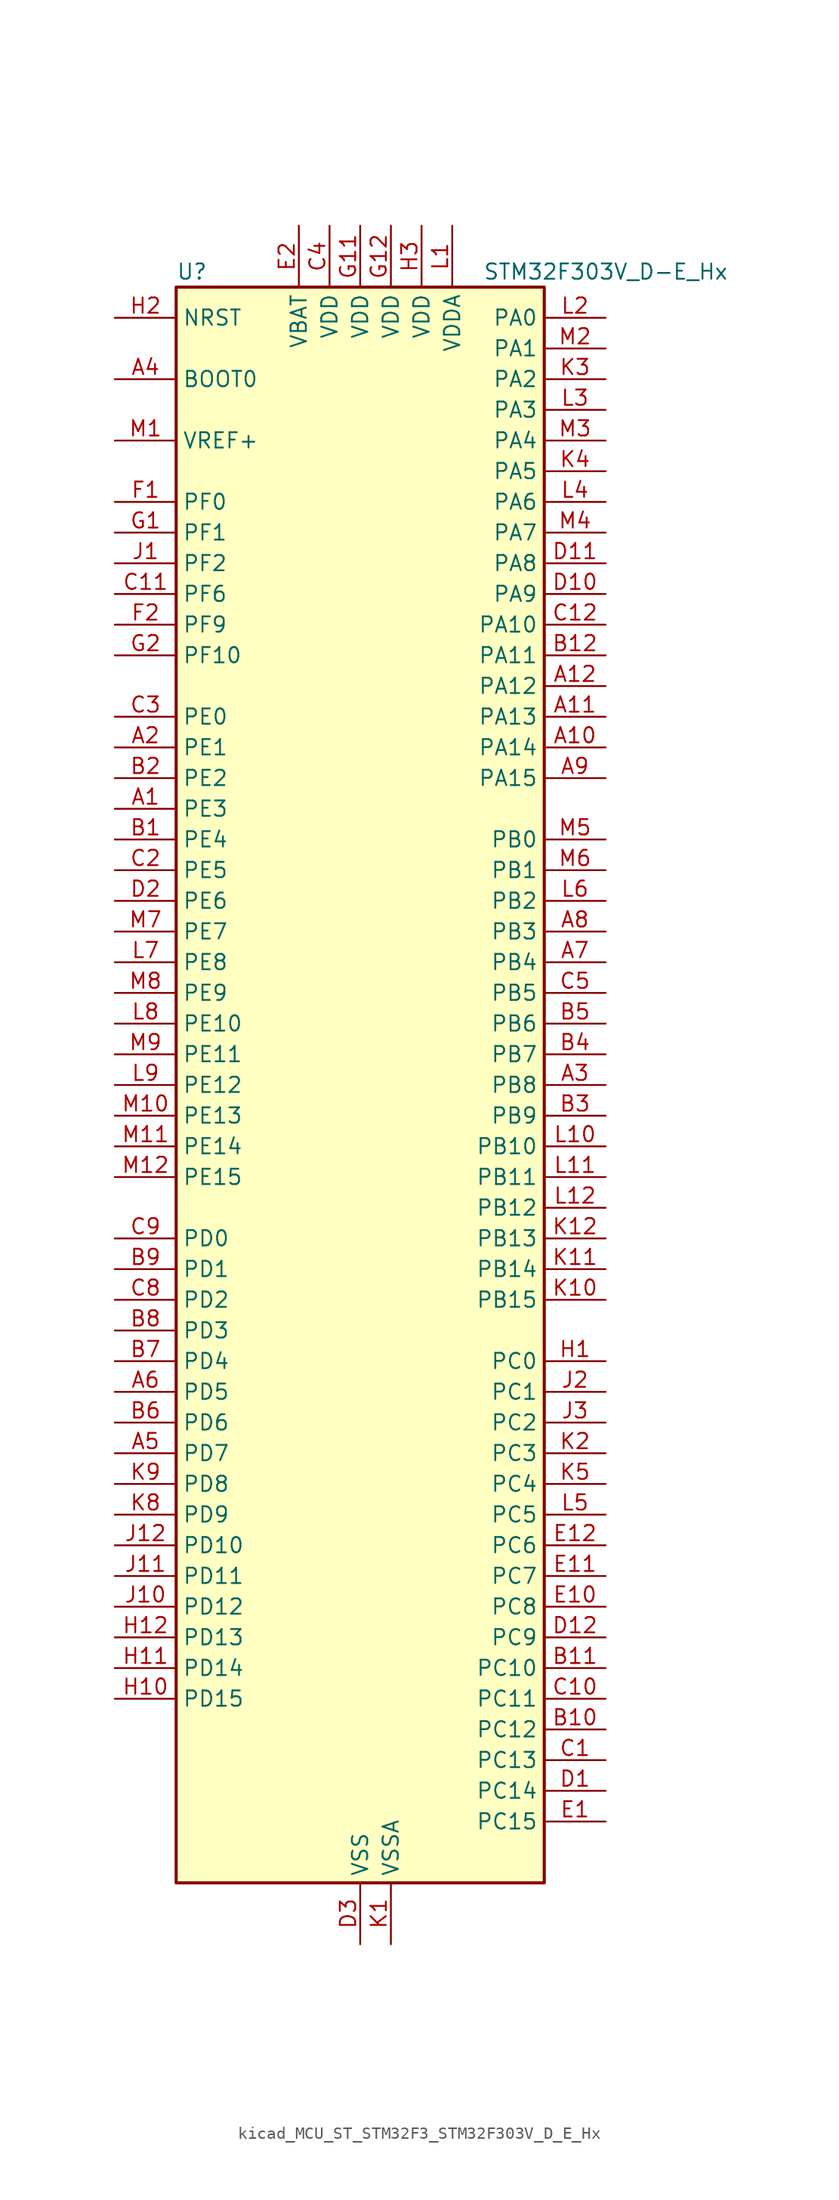
<source format=kicad_sym>
(kicad_symbol_lib
  (version 20220914)
  (generator kicad_symbol_editor)
  (symbol "kicad_MCU_ST_STM32F3_STM32F303V_D_E_Hx"
    (property "Reference" "U"
      (at -15.24 67.31 0)
      (effects (font (size 1.27 1.27)) (justify left)))
    (property "Value" "STM32F303V_D-E_Hx"
      (at 10.16 67.31 0)
      (effects (font (size 1.27 1.27)) (justify left)))
    (property "ki_locked" ""
      (at 0 0 0)
      (effects (font (size 1.27 1.27))))
    (symbol "kicad_MCU_ST_STM32F3_STM32F303V_D_E_Hx_0_1"
      (rectangle (start -15.24 -66.04) (end 15.24 66.04) (stroke (width 0.254) (type default)) (fill (type background))))
    (symbol "kicad_MCU_ST_STM32F3_STM32F303V_D_E_Hx_1_1"
      (pin bidirectional line (at -20.32 22.86 0) (length 5.08) (name "PE3" (effects (font (size 1.27 1.27)))) (number "A1" (effects (font (size 1.27 1.27)))) (alternate "FMC_A19" bidirectional line) (alternate "SPI4_NSS" bidirectional line) (alternate "SYS_TRACED0" bidirectional line) (alternate "TIM20_CH2" bidirectional line) (alternate "TIM3_CH2" bidirectional line) (alternate "TSC_G7_IO2" bidirectional line))
      (pin bidirectional line (at 20.32 27.94 180) (length 5.08) (name "PA14" (effects (font (size 1.27 1.27)))) (number "A10" (effects (font (size 1.27 1.27)))) (alternate "I2C1_SDA" bidirectional line) (alternate "SYS_JTCK-SWCLK" bidirectional line) (alternate "TIM1_BKIN" bidirectional line) (alternate "TIM8_CH2" bidirectional line) (alternate "TSC_G4_IO4" bidirectional line) (alternate "USART2_TX" bidirectional line))
      (pin bidirectional line (at 20.32 30.48 180) (length 5.08) (name "PA13" (effects (font (size 1.27 1.27)))) (number "A11" (effects (font (size 1.27 1.27)))) (alternate "IR_OUT" bidirectional line) (alternate "SYS_JTMS-SWDIO" bidirectional line) (alternate "TIM16_CH1N" bidirectional line) (alternate "TIM4_CH3" bidirectional line) (alternate "TSC_G4_IO3" bidirectional line) (alternate "USART3_CTS" bidirectional line))
      (pin bidirectional line (at 20.32 33.02 180) (length 5.08) (name "PA12" (effects (font (size 1.27 1.27)))) (number "A12" (effects (font (size 1.27 1.27)))) (alternate "CAN_TX" bidirectional line) (alternate "COMP2_OUT" bidirectional line) (alternate "I2S_CKIN" bidirectional line) (alternate "TIM16_CH1" bidirectional line) (alternate "TIM1_CH2N" bidirectional line) (alternate "TIM1_ETR" bidirectional line) (alternate "TIM4_CH2" bidirectional line) (alternate "USART1_DE" bidirectional line) (alternate "USART1_RTS" bidirectional line) (alternate "USB_DP" bidirectional line))
      (pin bidirectional line (at -20.32 27.94 0) (length 5.08) (name "PE1" (effects (font (size 1.27 1.27)))) (number "A2" (effects (font (size 1.27 1.27)))) (alternate "FMC_NBL1" bidirectional line) (alternate "TIM17_CH1" bidirectional line) (alternate "TIM20_CH4" bidirectional line) (alternate "USART1_RX" bidirectional line))
      (pin bidirectional line (at 20.32 0 180) (length 5.08) (name "PB8" (effects (font (size 1.27 1.27)))) (number "A3" (effects (font (size 1.27 1.27)))) (alternate "CAN_RX" bidirectional line) (alternate "COMP1_OUT" bidirectional line) (alternate "I2C1_SCL" bidirectional line) (alternate "TIM16_CH1" bidirectional line) (alternate "TIM1_BKIN" bidirectional line) (alternate "TIM4_CH3" bidirectional line) (alternate "TIM8_CH2" bidirectional line) (alternate "TSC_SYNC" bidirectional line) (alternate "USART3_RX" bidirectional line))
      (pin input line (at -20.32 58.42 0) (length 5.08) (name "BOOT0" (effects (font (size 1.27 1.27)))) (number "A4" (effects (font (size 1.27 1.27)))))
      (pin bidirectional line (at -20.32 -30.48 0) (length 5.08) (name "PD7" (effects (font (size 1.27 1.27)))) (number "A5" (effects (font (size 1.27 1.27)))) (alternate "FMC_NCE2" bidirectional line) (alternate "FMC_NE1" bidirectional line) (alternate "TIM2_CH3" bidirectional line) (alternate "USART2_CK" bidirectional line))
      (pin bidirectional line (at -20.32 -25.4 0) (length 5.08) (name "PD5" (effects (font (size 1.27 1.27)))) (number "A6" (effects (font (size 1.27 1.27)))) (alternate "FMC_NWE" bidirectional line) (alternate "USART2_TX" bidirectional line))
      (pin bidirectional line (at 20.32 10.16 180) (length 5.08) (name "PB4" (effects (font (size 1.27 1.27)))) (number "A7" (effects (font (size 1.27 1.27)))) (alternate "I2S3_ext_SD" bidirectional line) (alternate "SPI1_MISO" bidirectional line) (alternate "SPI3_MISO" bidirectional line) (alternate "SYS_NJTRST" bidirectional line) (alternate "TIM16_CH1" bidirectional line) (alternate "TIM17_BKIN" bidirectional line) (alternate "TIM3_CH1" bidirectional line) (alternate "TIM8_CH2N" bidirectional line) (alternate "TSC_G5_IO2" bidirectional line) (alternate "USART2_RX" bidirectional line))
      (pin bidirectional line (at 20.32 12.7 180) (length 5.08) (name "PB3" (effects (font (size 1.27 1.27)))) (number "A8" (effects (font (size 1.27 1.27)))) (alternate "I2S3_CK" bidirectional line) (alternate "SPI1_SCK" bidirectional line) (alternate "SPI3_SCK" bidirectional line) (alternate "SYS_JTDO-TRACESWO" bidirectional line) (alternate "TIM2_CH2" bidirectional line) (alternate "TIM3_ETR" bidirectional line) (alternate "TIM4_ETR" bidirectional line) (alternate "TIM8_CH1N" bidirectional line) (alternate "TSC_G5_IO1" bidirectional line) (alternate "USART2_TX" bidirectional line))
      (pin bidirectional line (at 20.32 25.4 180) (length 5.08) (name "PA15" (effects (font (size 1.27 1.27)))) (number "A9" (effects (font (size 1.27 1.27)))) (alternate "ADC1_EXTI15" bidirectional line) (alternate "ADC2_EXTI15" bidirectional line) (alternate "ADC3_EXTI15" bidirectional line) (alternate "ADC4_EXTI15" bidirectional line) (alternate "I2C1_SCL" bidirectional line) (alternate "I2S3_WS" bidirectional line) (alternate "SPI1_NSS" bidirectional line) (alternate "SPI3_NSS" bidirectional line) (alternate "SYS_JTDI" bidirectional line) (alternate "TIM1_BKIN" bidirectional line) (alternate "TIM2_CH1" bidirectional line) (alternate "TIM2_ETR" bidirectional line) (alternate "TIM8_CH1" bidirectional line) (alternate "TSC_SYNC" bidirectional line) (alternate "USART2_RX" bidirectional line))
      (pin bidirectional line (at -20.32 20.32 0) (length 5.08) (name "PE4" (effects (font (size 1.27 1.27)))) (number "B1" (effects (font (size 1.27 1.27)))) (alternate "FMC_A20" bidirectional line) (alternate "SPI4_NSS" bidirectional line) (alternate "SYS_TRACED1" bidirectional line) (alternate "TIM20_CH1N" bidirectional line) (alternate "TIM3_CH3" bidirectional line) (alternate "TSC_G7_IO3" bidirectional line))
      (pin bidirectional line (at 20.32 -53.34 180) (length 5.08) (name "PC12" (effects (font (size 1.27 1.27)))) (number "B10" (effects (font (size 1.27 1.27)))) (alternate "I2S3_SD" bidirectional line) (alternate "SPI3_MOSI" bidirectional line) (alternate "TIM8_CH3N" bidirectional line) (alternate "UART5_TX" bidirectional line) (alternate "USART3_CK" bidirectional line))
      (pin bidirectional line (at 20.32 -48.26 180) (length 5.08) (name "PC10" (effects (font (size 1.27 1.27)))) (number "B11" (effects (font (size 1.27 1.27)))) (alternate "I2S3_CK" bidirectional line) (alternate "SPI3_SCK" bidirectional line) (alternate "TIM8_CH1N" bidirectional line) (alternate "UART4_TX" bidirectional line) (alternate "USART3_TX" bidirectional line))
      (pin bidirectional line (at 20.32 35.56 180) (length 5.08) (name "PA11" (effects (font (size 1.27 1.27)))) (number "B12" (effects (font (size 1.27 1.27)))) (alternate "ADC1_EXTI11" bidirectional line) (alternate "ADC2_EXTI11" bidirectional line) (alternate "CAN_RX" bidirectional line) (alternate "COMP1_OUT" bidirectional line) (alternate "I2S2_SD" bidirectional line) (alternate "SPI2_MOSI" bidirectional line) (alternate "TIM1_BKIN2" bidirectional line) (alternate "TIM1_CH1N" bidirectional line) (alternate "TIM1_CH4" bidirectional line) (alternate "TIM4_CH1" bidirectional line) (alternate "USART1_CTS" bidirectional line) (alternate "USB_DM" bidirectional line))
      (pin bidirectional line (at -20.32 25.4 0) (length 5.08) (name "PE2" (effects (font (size 1.27 1.27)))) (number "B2" (effects (font (size 1.27 1.27)))) (alternate "ADC3_EXTI2" bidirectional line) (alternate "ADC4_EXTI2" bidirectional line) (alternate "FMC_A23" bidirectional line) (alternate "SPI4_SCK" bidirectional line) (alternate "SYS_TRACECK" bidirectional line) (alternate "TIM20_CH1" bidirectional line) (alternate "TIM3_CH1" bidirectional line) (alternate "TSC_G7_IO1" bidirectional line))
      (pin bidirectional line (at 20.32 -2.54 180) (length 5.08) (name "PB9" (effects (font (size 1.27 1.27)))) (number "B3" (effects (font (size 1.27 1.27)))) (alternate "CAN_TX" bidirectional line) (alternate "COMP2_OUT" bidirectional line) (alternate "DAC1_EXTI9" bidirectional line) (alternate "I2C1_SDA" bidirectional line) (alternate "IR_OUT" bidirectional line) (alternate "TIM17_CH1" bidirectional line) (alternate "TIM4_CH4" bidirectional line) (alternate "TIM8_CH3" bidirectional line) (alternate "USART3_TX" bidirectional line))
      (pin bidirectional line (at 20.32 2.54 180) (length 5.08) (name "PB7" (effects (font (size 1.27 1.27)))) (number "B4" (effects (font (size 1.27 1.27)))) (alternate "FMC_NL" bidirectional line) (alternate "I2C1_SDA" bidirectional line) (alternate "TIM17_CH1N" bidirectional line) (alternate "TIM3_CH4" bidirectional line) (alternate "TIM4_CH2" bidirectional line) (alternate "TIM8_BKIN" bidirectional line) (alternate "TSC_G5_IO4" bidirectional line) (alternate "USART1_RX" bidirectional line))
      (pin bidirectional line (at 20.32 5.08 180) (length 5.08) (name "PB6" (effects (font (size 1.27 1.27)))) (number "B5" (effects (font (size 1.27 1.27)))) (alternate "I2C1_SCL" bidirectional line) (alternate "TIM16_CH1N" bidirectional line) (alternate "TIM4_CH1" bidirectional line) (alternate "TIM8_BKIN2" bidirectional line) (alternate "TIM8_CH1" bidirectional line) (alternate "TIM8_ETR" bidirectional line) (alternate "TSC_G5_IO3" bidirectional line) (alternate "USART1_TX" bidirectional line))
      (pin bidirectional line (at -20.32 -27.94 0) (length 5.08) (name "PD6" (effects (font (size 1.27 1.27)))) (number "B6" (effects (font (size 1.27 1.27)))) (alternate "FMC_NWAIT" bidirectional line) (alternate "TIM2_CH4" bidirectional line) (alternate "USART2_RX" bidirectional line))
      (pin bidirectional line (at -20.32 -22.86 0) (length 5.08) (name "PD4" (effects (font (size 1.27 1.27)))) (number "B7" (effects (font (size 1.27 1.27)))) (alternate "FMC_NOE" bidirectional line) (alternate "TIM2_CH2" bidirectional line) (alternate "USART2_DE" bidirectional line) (alternate "USART2_RTS" bidirectional line))
      (pin bidirectional line (at -20.32 -20.32 0) (length 5.08) (name "PD3" (effects (font (size 1.27 1.27)))) (number "B8" (effects (font (size 1.27 1.27)))) (alternate "FMC_CLK" bidirectional line) (alternate "TIM2_CH1" bidirectional line) (alternate "TIM2_ETR" bidirectional line) (alternate "USART2_CTS" bidirectional line))
      (pin bidirectional line (at -20.32 -15.24 0) (length 5.08) (name "PD1" (effects (font (size 1.27 1.27)))) (number "B9" (effects (font (size 1.27 1.27)))) (alternate "CAN_TX" bidirectional line) (alternate "FMC_D3" bidirectional line) (alternate "FMC_DA3" bidirectional line) (alternate "TIM8_BKIN2" bidirectional line) (alternate "TIM8_CH4" bidirectional line))
      (pin bidirectional line (at 20.32 -55.88 180) (length 5.08) (name "PC13" (effects (font (size 1.27 1.27)))) (number "C1" (effects (font (size 1.27 1.27)))) (alternate "RTC_OUT_ALARM" bidirectional line) (alternate "RTC_OUT_CALIB" bidirectional line) (alternate "RTC_TAMP1" bidirectional line) (alternate "RTC_TS" bidirectional line) (alternate "SYS_WKUP2" bidirectional line) (alternate "TIM1_CH1N" bidirectional line))
      (pin bidirectional line (at 20.32 -50.8 180) (length 5.08) (name "PC11" (effects (font (size 1.27 1.27)))) (number "C10" (effects (font (size 1.27 1.27)))) (alternate "ADC1_EXTI11" bidirectional line) (alternate "ADC2_EXTI11" bidirectional line) (alternate "I2S3_ext_SD" bidirectional line) (alternate "SPI3_MISO" bidirectional line) (alternate "TIM8_CH2N" bidirectional line) (alternate "UART4_RX" bidirectional line) (alternate "USART3_RX" bidirectional line))
      (pin bidirectional line (at -20.32 40.64 0) (length 5.08) (name "PF6" (effects (font (size 1.27 1.27)))) (number "C11" (effects (font (size 1.27 1.27)))) (alternate "FMC_NIORD" bidirectional line) (alternate "I2C2_SCL" bidirectional line) (alternate "TIM4_CH4" bidirectional line) (alternate "USART3_DE" bidirectional line) (alternate "USART3_RTS" bidirectional line))
      (pin bidirectional line (at 20.32 38.1 180) (length 5.08) (name "PA10" (effects (font (size 1.27 1.27)))) (number "C12" (effects (font (size 1.27 1.27)))) (alternate "COMP6_OUT" bidirectional line) (alternate "I2C2_SDA" bidirectional line) (alternate "I2S2_ext_SD" bidirectional line) (alternate "SPI2_MISO" bidirectional line) (alternate "TIM17_BKIN" bidirectional line) (alternate "TIM1_CH3" bidirectional line) (alternate "TIM2_CH4" bidirectional line) (alternate "TIM8_BKIN" bidirectional line) (alternate "TSC_G4_IO2" bidirectional line) (alternate "USART1_RX" bidirectional line))
      (pin bidirectional line (at -20.32 17.78 0) (length 5.08) (name "PE5" (effects (font (size 1.27 1.27)))) (number "C2" (effects (font (size 1.27 1.27)))) (alternate "FMC_A21" bidirectional line) (alternate "SPI4_MISO" bidirectional line) (alternate "SYS_TRACED2" bidirectional line) (alternate "TIM20_CH2N" bidirectional line) (alternate "TIM3_CH4" bidirectional line) (alternate "TSC_G7_IO4" bidirectional line))
      (pin bidirectional line (at -20.32 30.48 0) (length 5.08) (name "PE0" (effects (font (size 1.27 1.27)))) (number "C3" (effects (font (size 1.27 1.27)))) (alternate "FMC_NBL0" bidirectional line) (alternate "TIM16_CH1" bidirectional line) (alternate "TIM20_ETR" bidirectional line) (alternate "TIM4_ETR" bidirectional line) (alternate "USART1_TX" bidirectional line))
      (pin power_in line (at -2.54 71.12 270) (length 5.08) (name "VDD" (effects (font (size 1.27 1.27)))) (number "C4" (effects (font (size 1.27 1.27)))))
      (pin bidirectional line (at 20.32 7.62 180) (length 5.08) (name "PB5" (effects (font (size 1.27 1.27)))) (number "C5" (effects (font (size 1.27 1.27)))) (alternate "I2C1_SMBA" bidirectional line) (alternate "I2C3_SDA" bidirectional line) (alternate "I2S3_SD" bidirectional line) (alternate "SPI1_MOSI" bidirectional line) (alternate "SPI3_MOSI" bidirectional line) (alternate "TIM16_BKIN" bidirectional line) (alternate "TIM17_CH1" bidirectional line) (alternate "TIM3_CH2" bidirectional line) (alternate "TIM8_CH3N" bidirectional line) (alternate "USART2_CK" bidirectional line))
      (pin bidirectional line (at -20.32 -17.78 0) (length 5.08) (name "PD2" (effects (font (size 1.27 1.27)))) (number "C8" (effects (font (size 1.27 1.27)))) (alternate "ADC3_EXTI2" bidirectional line) (alternate "ADC4_EXTI2" bidirectional line) (alternate "TIM3_ETR" bidirectional line) (alternate "TIM8_BKIN" bidirectional line) (alternate "UART5_RX" bidirectional line))
      (pin bidirectional line (at -20.32 -12.7 0) (length 5.08) (name "PD0" (effects (font (size 1.27 1.27)))) (number "C9" (effects (font (size 1.27 1.27)))) (alternate "CAN_RX" bidirectional line) (alternate "FMC_D2" bidirectional line) (alternate "FMC_DA2" bidirectional line))
      (pin bidirectional line (at 20.32 -58.42 180) (length 5.08) (name "PC14" (effects (font (size 1.27 1.27)))) (number "D1" (effects (font (size 1.27 1.27)))) (alternate "RCC_OSC32_IN" bidirectional line))
      (pin bidirectional line (at 20.32 40.64 180) (length 5.08) (name "PA9" (effects (font (size 1.27 1.27)))) (number "D10" (effects (font (size 1.27 1.27)))) (alternate "COMP5_OUT" bidirectional line) (alternate "DAC1_EXTI9" bidirectional line) (alternate "I2C2_SCL" bidirectional line) (alternate "I2C3_SMBA" bidirectional line) (alternate "I2S3_MCK" bidirectional line) (alternate "TIM15_BKIN" bidirectional line) (alternate "TIM1_CH2" bidirectional line) (alternate "TIM2_CH3" bidirectional line) (alternate "TSC_G4_IO1" bidirectional line) (alternate "USART1_TX" bidirectional line))
      (pin bidirectional line (at 20.32 43.18 180) (length 5.08) (name "PA8" (effects (font (size 1.27 1.27)))) (number "D11" (effects (font (size 1.27 1.27)))) (alternate "COMP3_OUT" bidirectional line) (alternate "I2C2_SMBA" bidirectional line) (alternate "I2C3_SCL" bidirectional line) (alternate "I2S2_MCK" bidirectional line) (alternate "RCC_MCO" bidirectional line) (alternate "TIM1_CH1" bidirectional line) (alternate "TIM4_ETR" bidirectional line) (alternate "USART1_CK" bidirectional line))
      (pin bidirectional line (at 20.32 -45.72 180) (length 5.08) (name "PC9" (effects (font (size 1.27 1.27)))) (number "D12" (effects (font (size 1.27 1.27)))) (alternate "DAC1_EXTI9" bidirectional line) (alternate "I2C3_SDA" bidirectional line) (alternate "I2S_CKIN" bidirectional line) (alternate "TIM3_CH4" bidirectional line) (alternate "TIM8_BKIN2" bidirectional line) (alternate "TIM8_CH4" bidirectional line))
      (pin bidirectional line (at -20.32 15.24 0) (length 5.08) (name "PE6" (effects (font (size 1.27 1.27)))) (number "D2" (effects (font (size 1.27 1.27)))) (alternate "FMC_A22" bidirectional line) (alternate "RTC_TAMP3" bidirectional line) (alternate "SPI4_MOSI" bidirectional line) (alternate "SYS_TRACED3" bidirectional line) (alternate "SYS_WKUP3" bidirectional line) (alternate "TIM20_CH3N" bidirectional line))
      (pin power_in line (at 0 -71.12 90) (length 5.08) (name "VSS" (effects (font (size 1.27 1.27)))) (number "D3" (effects (font (size 1.27 1.27)))))
      (pin bidirectional line (at 20.32 -60.96 180) (length 5.08) (name "PC15" (effects (font (size 1.27 1.27)))) (number "E1" (effects (font (size 1.27 1.27)))) (alternate "ADC1_EXTI15" bidirectional line) (alternate "ADC2_EXTI15" bidirectional line) (alternate "ADC3_EXTI15" bidirectional line) (alternate "ADC4_EXTI15" bidirectional line) (alternate "RCC_OSC32_OUT" bidirectional line))
      (pin bidirectional line (at 20.32 -43.18 180) (length 5.08) (name "PC8" (effects (font (size 1.27 1.27)))) (number "E10" (effects (font (size 1.27 1.27)))) (alternate "COMP3_OUT" bidirectional line) (alternate "TIM3_CH3" bidirectional line) (alternate "TIM8_CH3" bidirectional line))
      (pin bidirectional line (at 20.32 -40.64 180) (length 5.08) (name "PC7" (effects (font (size 1.27 1.27)))) (number "E11" (effects (font (size 1.27 1.27)))) (alternate "COMP5_OUT" bidirectional line) (alternate "I2S3_MCK" bidirectional line) (alternate "TIM3_CH2" bidirectional line) (alternate "TIM8_CH2" bidirectional line))
      (pin bidirectional line (at 20.32 -38.1 180) (length 5.08) (name "PC6" (effects (font (size 1.27 1.27)))) (number "E12" (effects (font (size 1.27 1.27)))) (alternate "COMP6_OUT" bidirectional line) (alternate "I2S2_MCK" bidirectional line) (alternate "TIM3_CH1" bidirectional line) (alternate "TIM8_CH1" bidirectional line))
      (pin power_in line (at -5.08 71.12 270) (length 5.08) (name "VBAT" (effects (font (size 1.27 1.27)))) (number "E2" (effects (font (size 1.27 1.27)))))
      (pin passive line (at 0 -71.12 90) (length 5.08) hide (name "VSS" (effects (font (size 1.27 1.27)))) (number "E3" (effects (font (size 1.27 1.27)))))
      (pin bidirectional line (at -20.32 48.26 0) (length 5.08) (name "PF0" (effects (font (size 1.27 1.27)))) (number "F1" (effects (font (size 1.27 1.27)))) (alternate "I2C2_SDA" bidirectional line) (alternate "I2S2_WS" bidirectional line) (alternate "RCC_OSC_IN" bidirectional line) (alternate "SPI2_NSS" bidirectional line) (alternate "TIM1_CH3N" bidirectional line))
      (pin passive line (at 0 -71.12 90) (length 5.08) hide (name "VSS" (effects (font (size 1.27 1.27)))) (number "F11" (effects (font (size 1.27 1.27)))))
      (pin passive line (at 0 -71.12 90) (length 5.08) hide (name "VSS" (effects (font (size 1.27 1.27)))) (number "F12" (effects (font (size 1.27 1.27)))))
      (pin bidirectional line (at -20.32 38.1 0) (length 5.08) (name "PF9" (effects (font (size 1.27 1.27)))) (number "F2" (effects (font (size 1.27 1.27)))) (alternate "DAC1_EXTI9" bidirectional line) (alternate "FMC_CD" bidirectional line) (alternate "SPI2_SCK" bidirectional line) (alternate "TIM15_CH1" bidirectional line) (alternate "TIM20_BKIN" bidirectional line))
      (pin bidirectional line (at -20.32 45.72 0) (length 5.08) (name "PF1" (effects (font (size 1.27 1.27)))) (number "G1" (effects (font (size 1.27 1.27)))) (alternate "I2C2_SCL" bidirectional line) (alternate "I2S2_CK" bidirectional line) (alternate "RCC_OSC_OUT" bidirectional line) (alternate "SPI2_SCK" bidirectional line))
      (pin power_in line (at 0 71.12 270) (length 5.08) (name "VDD" (effects (font (size 1.27 1.27)))) (number "G11" (effects (font (size 1.27 1.27)))))
      (pin power_in line (at 2.54 71.12 270) (length 5.08) (name "VDD" (effects (font (size 1.27 1.27)))) (number "G12" (effects (font (size 1.27 1.27)))))
      (pin bidirectional line (at -20.32 35.56 0) (length 5.08) (name "PF10" (effects (font (size 1.27 1.27)))) (number "G2" (effects (font (size 1.27 1.27)))) (alternate "FMC_INTR" bidirectional line) (alternate "SPI2_SCK" bidirectional line) (alternate "TIM15_CH2" bidirectional line) (alternate "TIM20_BKIN2" bidirectional line))
      (pin bidirectional line (at 20.32 -22.86 180) (length 5.08) (name "PC0" (effects (font (size 1.27 1.27)))) (number "H1" (effects (font (size 1.27 1.27)))) (alternate "ADC1_IN6" bidirectional line) (alternate "ADC2_IN6" bidirectional line) (alternate "COMP7_INM" bidirectional line) (alternate "TIM1_CH1" bidirectional line))
      (pin bidirectional line (at -20.32 -50.8 0) (length 5.08) (name "PD15" (effects (font (size 1.27 1.27)))) (number "H10" (effects (font (size 1.27 1.27)))) (alternate "ADC1_EXTI15" bidirectional line) (alternate "ADC2_EXTI15" bidirectional line) (alternate "ADC3_EXTI15" bidirectional line) (alternate "ADC4_EXTI15" bidirectional line) (alternate "COMP3_INM" bidirectional line) (alternate "FMC_D1" bidirectional line) (alternate "FMC_DA1" bidirectional line) (alternate "SPI2_NSS" bidirectional line) (alternate "TIM4_CH4" bidirectional line) (alternate "TSC_G8_IO4" bidirectional line))
      (pin bidirectional line (at -20.32 -48.26 0) (length 5.08) (name "PD14" (effects (font (size 1.27 1.27)))) (number "H11" (effects (font (size 1.27 1.27)))) (alternate "ADC3_IN11" bidirectional line) (alternate "ADC4_IN11" bidirectional line) (alternate "FMC_D0" bidirectional line) (alternate "FMC_DA0" bidirectional line) (alternate "OPAMP2_VINP" bidirectional line) (alternate "OPAMP2_VINP_SEC" bidirectional line) (alternate "TIM4_CH3" bidirectional line) (alternate "TSC_G8_IO3" bidirectional line))
      (pin bidirectional line (at -20.32 -45.72 0) (length 5.08) (name "PD13" (effects (font (size 1.27 1.27)))) (number "H12" (effects (font (size 1.27 1.27)))) (alternate "ADC3_IN10" bidirectional line) (alternate "ADC4_IN10" bidirectional line) (alternate "COMP5_INM" bidirectional line) (alternate "FMC_A18" bidirectional line) (alternate "TIM4_CH2" bidirectional line) (alternate "TSC_G8_IO2" bidirectional line))
      (pin input line (at -20.32 63.5 0) (length 5.08) (name "NRST" (effects (font (size 1.27 1.27)))) (number "H2" (effects (font (size 1.27 1.27)))))
      (pin power_in line (at 5.08 71.12 270) (length 5.08) (name "VDD" (effects (font (size 1.27 1.27)))) (number "H3" (effects (font (size 1.27 1.27)))))
      (pin bidirectional line (at -20.32 43.18 0) (length 5.08) (name "PF2" (effects (font (size 1.27 1.27)))) (number "J1" (effects (font (size 1.27 1.27)))) (alternate "ADC1_IN10" bidirectional line) (alternate "ADC2_IN10" bidirectional line) (alternate "ADC3_EXTI2" bidirectional line) (alternate "ADC4_EXTI2" bidirectional line) (alternate "FMC_A2" bidirectional line) (alternate "TIM20_CH3" bidirectional line))
      (pin bidirectional line (at -20.32 -43.18 0) (length 5.08) (name "PD12" (effects (font (size 1.27 1.27)))) (number "J10" (effects (font (size 1.27 1.27)))) (alternate "ADC3_IN9" bidirectional line) (alternate "ADC4_IN9" bidirectional line) (alternate "FMC_A17" bidirectional line) (alternate "FMC_ALE" bidirectional line) (alternate "TIM4_CH1" bidirectional line) (alternate "TSC_G8_IO1" bidirectional line) (alternate "USART3_DE" bidirectional line) (alternate "USART3_RTS" bidirectional line))
      (pin bidirectional line (at -20.32 -40.64 0) (length 5.08) (name "PD11" (effects (font (size 1.27 1.27)))) (number "J11" (effects (font (size 1.27 1.27)))) (alternate "ADC1_EXTI11" bidirectional line) (alternate "ADC2_EXTI11" bidirectional line) (alternate "ADC3_IN8" bidirectional line) (alternate "ADC4_IN8" bidirectional line) (alternate "FMC_A16" bidirectional line) (alternate "FMC_CLE" bidirectional line) (alternate "OPAMP4_VINP" bidirectional line) (alternate "OPAMP4_VINP_SEC" bidirectional line) (alternate "USART3_CTS" bidirectional line))
      (pin bidirectional line (at -20.32 -38.1 0) (length 5.08) (name "PD10" (effects (font (size 1.27 1.27)))) (number "J12" (effects (font (size 1.27 1.27)))) (alternate "ADC3_IN7" bidirectional line) (alternate "ADC4_IN7" bidirectional line) (alternate "COMP6_INM" bidirectional line) (alternate "FMC_D15" bidirectional line) (alternate "FMC_DA15" bidirectional line) (alternate "USART3_CK" bidirectional line))
      (pin bidirectional line (at 20.32 -25.4 180) (length 5.08) (name "PC1" (effects (font (size 1.27 1.27)))) (number "J2" (effects (font (size 1.27 1.27)))) (alternate "ADC1_IN7" bidirectional line) (alternate "ADC2_IN7" bidirectional line) (alternate "COMP7_INP" bidirectional line) (alternate "TIM1_CH2" bidirectional line))
      (pin bidirectional line (at 20.32 -27.94 180) (length 5.08) (name "PC2" (effects (font (size 1.27 1.27)))) (number "J3" (effects (font (size 1.27 1.27)))) (alternate "ADC1_IN8" bidirectional line) (alternate "ADC2_IN8" bidirectional line) (alternate "ADC3_EXTI2" bidirectional line) (alternate "ADC4_EXTI2" bidirectional line) (alternate "COMP7_OUT" bidirectional line) (alternate "TIM1_CH3" bidirectional line))
      (pin power_in line (at 2.54 -71.12 90) (length 5.08) (name "VSSA" (effects (font (size 1.27 1.27)))) (number "K1" (effects (font (size 1.27 1.27)))))
      (pin bidirectional line (at 20.32 -17.78 180) (length 5.08) (name "PB15" (effects (font (size 1.27 1.27)))) (number "K10" (effects (font (size 1.27 1.27)))) (alternate "ADC1_EXTI15" bidirectional line) (alternate "ADC2_EXTI15" bidirectional line) (alternate "ADC3_EXTI15" bidirectional line) (alternate "ADC4_EXTI15" bidirectional line) (alternate "ADC4_IN5" bidirectional line) (alternate "COMP6_INM" bidirectional line) (alternate "I2S2_SD" bidirectional line) (alternate "RTC_REFIN" bidirectional line) (alternate "SPI2_MOSI" bidirectional line) (alternate "TIM15_CH1N" bidirectional line) (alternate "TIM15_CH2" bidirectional line) (alternate "TIM1_CH3N" bidirectional line))
      (pin bidirectional line (at 20.32 -15.24 180) (length 5.08) (name "PB14" (effects (font (size 1.27 1.27)))) (number "K11" (effects (font (size 1.27 1.27)))) (alternate "ADC4_IN4" bidirectional line) (alternate "COMP3_INP" bidirectional line) (alternate "I2S2_ext_SD" bidirectional line) (alternate "OPAMP2_VINP" bidirectional line) (alternate "OPAMP2_VINP_SEC" bidirectional line) (alternate "SPI2_MISO" bidirectional line) (alternate "TIM15_CH1" bidirectional line) (alternate "TIM1_CH2N" bidirectional line) (alternate "TSC_G6_IO4" bidirectional line) (alternate "USART3_DE" bidirectional line) (alternate "USART3_RTS" bidirectional line))
      (pin bidirectional line (at 20.32 -12.7 180) (length 5.08) (name "PB13" (effects (font (size 1.27 1.27)))) (number "K12" (effects (font (size 1.27 1.27)))) (alternate "ADC3_IN5" bidirectional line) (alternate "COMP5_INP" bidirectional line) (alternate "I2S2_CK" bidirectional line) (alternate "OPAMP3_VINP" bidirectional line) (alternate "OPAMP3_VINP_SEC" bidirectional line) (alternate "OPAMP4_VINP" bidirectional line) (alternate "OPAMP4_VINP_SEC" bidirectional line) (alternate "SPI2_SCK" bidirectional line) (alternate "TIM1_CH1N" bidirectional line) (alternate "TSC_G6_IO3" bidirectional line) (alternate "USART3_CTS" bidirectional line))
      (pin bidirectional line (at 20.32 -30.48 180) (length 5.08) (name "PC3" (effects (font (size 1.27 1.27)))) (number "K2" (effects (font (size 1.27 1.27)))) (alternate "ADC1_IN9" bidirectional line) (alternate "ADC2_IN9" bidirectional line) (alternate "TIM1_BKIN2" bidirectional line) (alternate "TIM1_CH4" bidirectional line))
      (pin bidirectional line (at 20.32 58.42 180) (length 5.08) (name "PA2" (effects (font (size 1.27 1.27)))) (number "K3" (effects (font (size 1.27 1.27)))) (alternate "ADC1_IN3" bidirectional line) (alternate "ADC3_EXTI2" bidirectional line) (alternate "ADC4_EXTI2" bidirectional line) (alternate "COMP2_INM" bidirectional line) (alternate "COMP2_OUT" bidirectional line) (alternate "OPAMP1_VOUT" bidirectional line) (alternate "TIM15_CH1" bidirectional line) (alternate "TIM2_CH3" bidirectional line) (alternate "TSC_G1_IO3" bidirectional line) (alternate "USART2_TX" bidirectional line))
      (pin bidirectional line (at 20.32 50.8 180) (length 5.08) (name "PA5" (effects (font (size 1.27 1.27)))) (number "K4" (effects (font (size 1.27 1.27)))) (alternate "ADC2_IN2" bidirectional line) (alternate "COMP1_INM" bidirectional line) (alternate "COMP2_INM" bidirectional line) (alternate "COMP3_INM" bidirectional line) (alternate "COMP4_INM" bidirectional line) (alternate "COMP5_INM" bidirectional line) (alternate "COMP6_INM" bidirectional line) (alternate "COMP7_INM" bidirectional line) (alternate "DAC1_OUT2" bidirectional line) (alternate "OPAMP1_VINP" bidirectional line) (alternate "OPAMP1_VINP_SEC" bidirectional line) (alternate "OPAMP2_VINM" bidirectional line) (alternate "OPAMP2_VINM_SEC" bidirectional line) (alternate "OPAMP3_VINP" bidirectional line) (alternate "OPAMP3_VINP_SEC" bidirectional line) (alternate "SPI1_SCK" bidirectional line) (alternate "TIM2_CH1" bidirectional line) (alternate "TIM2_ETR" bidirectional line) (alternate "TSC_G2_IO2" bidirectional line))
      (pin bidirectional line (at 20.32 -33.02 180) (length 5.08) (name "PC4" (effects (font (size 1.27 1.27)))) (number "K5" (effects (font (size 1.27 1.27)))) (alternate "ADC2_IN5" bidirectional line) (alternate "TIM1_ETR" bidirectional line) (alternate "USART1_TX" bidirectional line))
      (pin bidirectional line (at -20.32 -35.56 0) (length 5.08) (name "PD9" (effects (font (size 1.27 1.27)))) (number "K8" (effects (font (size 1.27 1.27)))) (alternate "ADC4_IN13" bidirectional line) (alternate "DAC1_EXTI9" bidirectional line) (alternate "FMC_D14" bidirectional line) (alternate "FMC_DA14" bidirectional line) (alternate "USART3_RX" bidirectional line))
      (pin bidirectional line (at -20.32 -33.02 0) (length 5.08) (name "PD8" (effects (font (size 1.27 1.27)))) (number "K9" (effects (font (size 1.27 1.27)))) (alternate "ADC4_IN12" bidirectional line) (alternate "FMC_D13" bidirectional line) (alternate "FMC_DA13" bidirectional line) (alternate "OPAMP4_VINM" bidirectional line) (alternate "OPAMP4_VINM_SEC" bidirectional line) (alternate "USART3_TX" bidirectional line))
      (pin power_in line (at 7.62 71.12 270) (length 5.08) (name "VDDA" (effects (font (size 1.27 1.27)))) (number "L1" (effects (font (size 1.27 1.27)))))
      (pin bidirectional line (at 20.32 -5.08 180) (length 5.08) (name "PB10" (effects (font (size 1.27 1.27)))) (number "L10" (effects (font (size 1.27 1.27)))) (alternate "COMP5_INM" bidirectional line) (alternate "OPAMP3_VINM" bidirectional line) (alternate "OPAMP3_VINM_SEC" bidirectional line) (alternate "OPAMP4_VINM" bidirectional line) (alternate "OPAMP4_VINM_SEC" bidirectional line) (alternate "TIM2_CH3" bidirectional line) (alternate "TSC_SYNC" bidirectional line) (alternate "USART3_TX" bidirectional line))
      (pin bidirectional line (at 20.32 -7.62 180) (length 5.08) (name "PB11" (effects (font (size 1.27 1.27)))) (number "L11" (effects (font (size 1.27 1.27)))) (alternate "ADC1_EXTI11" bidirectional line) (alternate "ADC1_IN14" bidirectional line) (alternate "ADC2_EXTI11" bidirectional line) (alternate "ADC2_IN14" bidirectional line) (alternate "COMP6_INP" bidirectional line) (alternate "OPAMP4_VINP" bidirectional line) (alternate "OPAMP4_VINP_SEC" bidirectional line) (alternate "TIM2_CH4" bidirectional line) (alternate "TSC_G6_IO1" bidirectional line) (alternate "USART3_RX" bidirectional line))
      (pin bidirectional line (at 20.32 -10.16 180) (length 5.08) (name "PB12" (effects (font (size 1.27 1.27)))) (number "L12" (effects (font (size 1.27 1.27)))) (alternate "ADC4_IN3" bidirectional line) (alternate "COMP3_INM" bidirectional line) (alternate "I2C2_SMBA" bidirectional line) (alternate "I2S2_WS" bidirectional line) (alternate "OPAMP4_VOUT" bidirectional line) (alternate "SPI2_NSS" bidirectional line) (alternate "TIM1_BKIN" bidirectional line) (alternate "TSC_G6_IO2" bidirectional line) (alternate "USART3_CK" bidirectional line))
      (pin bidirectional line (at 20.32 63.5 180) (length 5.08) (name "PA0" (effects (font (size 1.27 1.27)))) (number "L2" (effects (font (size 1.27 1.27)))) (alternate "ADC1_IN1" bidirectional line) (alternate "COMP1_INM" bidirectional line) (alternate "COMP1_OUT" bidirectional line) (alternate "RTC_TAMP2" bidirectional line) (alternate "SYS_WKUP1" bidirectional line) (alternate "TIM2_CH1" bidirectional line) (alternate "TIM2_ETR" bidirectional line) (alternate "TIM8_BKIN" bidirectional line) (alternate "TIM8_ETR" bidirectional line) (alternate "TSC_G1_IO1" bidirectional line) (alternate "USART2_CTS" bidirectional line))
      (pin bidirectional line (at 20.32 55.88 180) (length 5.08) (name "PA3" (effects (font (size 1.27 1.27)))) (number "L3" (effects (font (size 1.27 1.27)))) (alternate "ADC1_IN4" bidirectional line) (alternate "OPAMP1_VINM" bidirectional line) (alternate "OPAMP1_VINM_SEC" bidirectional line) (alternate "OPAMP1_VINP" bidirectional line) (alternate "OPAMP1_VINP_SEC" bidirectional line) (alternate "TIM15_CH2" bidirectional line) (alternate "TIM2_CH4" bidirectional line) (alternate "TSC_G1_IO4" bidirectional line) (alternate "USART2_RX" bidirectional line))
      (pin bidirectional line (at 20.32 48.26 180) (length 5.08) (name "PA6" (effects (font (size 1.27 1.27)))) (number "L4" (effects (font (size 1.27 1.27)))) (alternate "ADC2_IN3" bidirectional line) (alternate "COMP1_OUT" bidirectional line) (alternate "OPAMP2_VOUT" bidirectional line) (alternate "SPI1_MISO" bidirectional line) (alternate "TIM16_CH1" bidirectional line) (alternate "TIM1_BKIN" bidirectional line) (alternate "TIM3_CH1" bidirectional line) (alternate "TIM8_BKIN" bidirectional line) (alternate "TSC_G2_IO3" bidirectional line))
      (pin bidirectional line (at 20.32 -35.56 180) (length 5.08) (name "PC5" (effects (font (size 1.27 1.27)))) (number "L5" (effects (font (size 1.27 1.27)))) (alternate "ADC2_IN11" bidirectional line) (alternate "OPAMP1_VINM" bidirectional line) (alternate "OPAMP1_VINM_SEC" bidirectional line) (alternate "OPAMP2_VINM" bidirectional line) (alternate "OPAMP2_VINM_SEC" bidirectional line) (alternate "TIM15_BKIN" bidirectional line) (alternate "TSC_G3_IO1" bidirectional line) (alternate "USART1_RX" bidirectional line))
      (pin bidirectional line (at 20.32 15.24 180) (length 5.08) (name "PB2" (effects (font (size 1.27 1.27)))) (number "L6" (effects (font (size 1.27 1.27)))) (alternate "ADC2_IN12" bidirectional line) (alternate "ADC3_EXTI2" bidirectional line) (alternate "ADC4_EXTI2" bidirectional line) (alternate "COMP4_INM" bidirectional line) (alternate "OPAMP3_VINM" bidirectional line) (alternate "OPAMP3_VINM_SEC" bidirectional line) (alternate "TSC_G3_IO4" bidirectional line))
      (pin bidirectional line (at -20.32 10.16 0) (length 5.08) (name "PE8" (effects (font (size 1.27 1.27)))) (number "L7" (effects (font (size 1.27 1.27)))) (alternate "ADC3_IN6" bidirectional line) (alternate "ADC4_IN6" bidirectional line) (alternate "COMP4_INM" bidirectional line) (alternate "FMC_D5" bidirectional line) (alternate "FMC_DA5" bidirectional line) (alternate "TIM1_CH1N" bidirectional line))
      (pin bidirectional line (at -20.32 5.08 0) (length 5.08) (name "PE10" (effects (font (size 1.27 1.27)))) (number "L8" (effects (font (size 1.27 1.27)))) (alternate "ADC3_IN14" bidirectional line) (alternate "FMC_D7" bidirectional line) (alternate "FMC_DA7" bidirectional line) (alternate "TIM1_CH2N" bidirectional line))
      (pin bidirectional line (at -20.32 0 0) (length 5.08) (name "PE12" (effects (font (size 1.27 1.27)))) (number "L9" (effects (font (size 1.27 1.27)))) (alternate "ADC3_IN16" bidirectional line) (alternate "FMC_D9" bidirectional line) (alternate "FMC_DA9" bidirectional line) (alternate "SPI4_SCK" bidirectional line) (alternate "TIM1_CH3N" bidirectional line))
      (pin input line (at -20.32 53.34 0) (length 5.08) (name "VREF+" (effects (font (size 1.27 1.27)))) (number "M1" (effects (font (size 1.27 1.27)))))
      (pin bidirectional line (at -20.32 -2.54 0) (length 5.08) (name "PE13" (effects (font (size 1.27 1.27)))) (number "M10" (effects (font (size 1.27 1.27)))) (alternate "ADC3_IN3" bidirectional line) (alternate "FMC_D10" bidirectional line) (alternate "FMC_DA10" bidirectional line) (alternate "SPI4_MISO" bidirectional line) (alternate "TIM1_CH3" bidirectional line))
      (pin bidirectional line (at -20.32 -5.08 0) (length 5.08) (name "PE14" (effects (font (size 1.27 1.27)))) (number "M11" (effects (font (size 1.27 1.27)))) (alternate "ADC4_IN1" bidirectional line) (alternate "FMC_D11" bidirectional line) (alternate "FMC_DA11" bidirectional line) (alternate "SPI4_MOSI" bidirectional line) (alternate "TIM1_BKIN2" bidirectional line) (alternate "TIM1_CH4" bidirectional line))
      (pin bidirectional line (at -20.32 -7.62 0) (length 5.08) (name "PE15" (effects (font (size 1.27 1.27)))) (number "M12" (effects (font (size 1.27 1.27)))) (alternate "ADC1_EXTI15" bidirectional line) (alternate "ADC2_EXTI15" bidirectional line) (alternate "ADC3_EXTI15" bidirectional line) (alternate "ADC4_EXTI15" bidirectional line) (alternate "ADC4_IN2" bidirectional line) (alternate "FMC_D12" bidirectional line) (alternate "FMC_DA12" bidirectional line) (alternate "TIM1_BKIN" bidirectional line) (alternate "USART3_RX" bidirectional line))
      (pin bidirectional line (at 20.32 60.96 180) (length 5.08) (name "PA1" (effects (font (size 1.27 1.27)))) (number "M2" (effects (font (size 1.27 1.27)))) (alternate "ADC1_IN2" bidirectional line) (alternate "COMP1_INP" bidirectional line) (alternate "OPAMP1_VINP" bidirectional line) (alternate "OPAMP1_VINP_SEC" bidirectional line) (alternate "OPAMP3_VINP" bidirectional line) (alternate "OPAMP3_VINP_SEC" bidirectional line) (alternate "RTC_REFIN" bidirectional line) (alternate "TIM15_CH1N" bidirectional line) (alternate "TIM2_CH2" bidirectional line) (alternate "TSC_G1_IO2" bidirectional line) (alternate "USART2_DE" bidirectional line) (alternate "USART2_RTS" bidirectional line))
      (pin bidirectional line (at 20.32 53.34 180) (length 5.08) (name "PA4" (effects (font (size 1.27 1.27)))) (number "M3" (effects (font (size 1.27 1.27)))) (alternate "ADC2_IN1" bidirectional line) (alternate "COMP1_INM" bidirectional line) (alternate "COMP2_INM" bidirectional line) (alternate "COMP3_INM" bidirectional line) (alternate "COMP4_INM" bidirectional line) (alternate "COMP5_INM" bidirectional line) (alternate "COMP6_INM" bidirectional line) (alternate "COMP7_INM" bidirectional line) (alternate "DAC1_OUT1" bidirectional line) (alternate "I2S3_WS" bidirectional line) (alternate "OPAMP4_VINP" bidirectional line) (alternate "OPAMP4_VINP_SEC" bidirectional line) (alternate "SPI1_NSS" bidirectional line) (alternate "SPI3_NSS" bidirectional line) (alternate "TIM3_CH2" bidirectional line) (alternate "TSC_G2_IO1" bidirectional line) (alternate "USART2_CK" bidirectional line))
      (pin bidirectional line (at 20.32 45.72 180) (length 5.08) (name "PA7" (effects (font (size 1.27 1.27)))) (number "M4" (effects (font (size 1.27 1.27)))) (alternate "ADC2_IN4" bidirectional line) (alternate "COMP2_INP" bidirectional line) (alternate "OPAMP1_VINP" bidirectional line) (alternate "OPAMP1_VINP_SEC" bidirectional line) (alternate "OPAMP2_VINP" bidirectional line) (alternate "OPAMP2_VINP_SEC" bidirectional line) (alternate "SPI1_MOSI" bidirectional line) (alternate "TIM17_CH1" bidirectional line) (alternate "TIM1_CH1N" bidirectional line) (alternate "TIM3_CH2" bidirectional line) (alternate "TIM8_CH1N" bidirectional line) (alternate "TSC_G2_IO4" bidirectional line))
      (pin bidirectional line (at 20.32 20.32 180) (length 5.08) (name "PB0" (effects (font (size 1.27 1.27)))) (number "M5" (effects (font (size 1.27 1.27)))) (alternate "ADC3_IN12" bidirectional line) (alternate "COMP4_INP" bidirectional line) (alternate "OPAMP2_VINP" bidirectional line) (alternate "OPAMP2_VINP_SEC" bidirectional line) (alternate "OPAMP3_VINP" bidirectional line) (alternate "OPAMP3_VINP_SEC" bidirectional line) (alternate "TIM1_CH2N" bidirectional line) (alternate "TIM3_CH3" bidirectional line) (alternate "TIM8_CH2N" bidirectional line) (alternate "TSC_G3_IO2" bidirectional line))
      (pin bidirectional line (at 20.32 17.78 180) (length 5.08) (name "PB1" (effects (font (size 1.27 1.27)))) (number "M6" (effects (font (size 1.27 1.27)))) (alternate "ADC3_IN1" bidirectional line) (alternate "COMP4_OUT" bidirectional line) (alternate "OPAMP3_VOUT" bidirectional line) (alternate "TIM1_CH3N" bidirectional line) (alternate "TIM3_CH4" bidirectional line) (alternate "TIM8_CH3N" bidirectional line) (alternate "TSC_G3_IO3" bidirectional line))
      (pin bidirectional line (at -20.32 12.7 0) (length 5.08) (name "PE7" (effects (font (size 1.27 1.27)))) (number "M7" (effects (font (size 1.27 1.27)))) (alternate "ADC3_IN13" bidirectional line) (alternate "FMC_D4" bidirectional line) (alternate "FMC_DA4" bidirectional line) (alternate "TIM1_ETR" bidirectional line))
      (pin bidirectional line (at -20.32 7.62 0) (length 5.08) (name "PE9" (effects (font (size 1.27 1.27)))) (number "M8" (effects (font (size 1.27 1.27)))) (alternate "ADC3_IN2" bidirectional line) (alternate "DAC1_EXTI9" bidirectional line) (alternate "FMC_D6" bidirectional line) (alternate "FMC_DA6" bidirectional line) (alternate "TIM1_CH1" bidirectional line))
      (pin bidirectional line (at -20.32 2.54 0) (length 5.08) (name "PE11" (effects (font (size 1.27 1.27)))) (number "M9" (effects (font (size 1.27 1.27)))) (alternate "ADC1_EXTI11" bidirectional line) (alternate "ADC2_EXTI11" bidirectional line) (alternate "ADC3_IN15" bidirectional line) (alternate "FMC_D8" bidirectional line) (alternate "FMC_DA8" bidirectional line) (alternate "SPI4_NSS" bidirectional line) (alternate "TIM1_CH2" bidirectional line)))))
</source>
